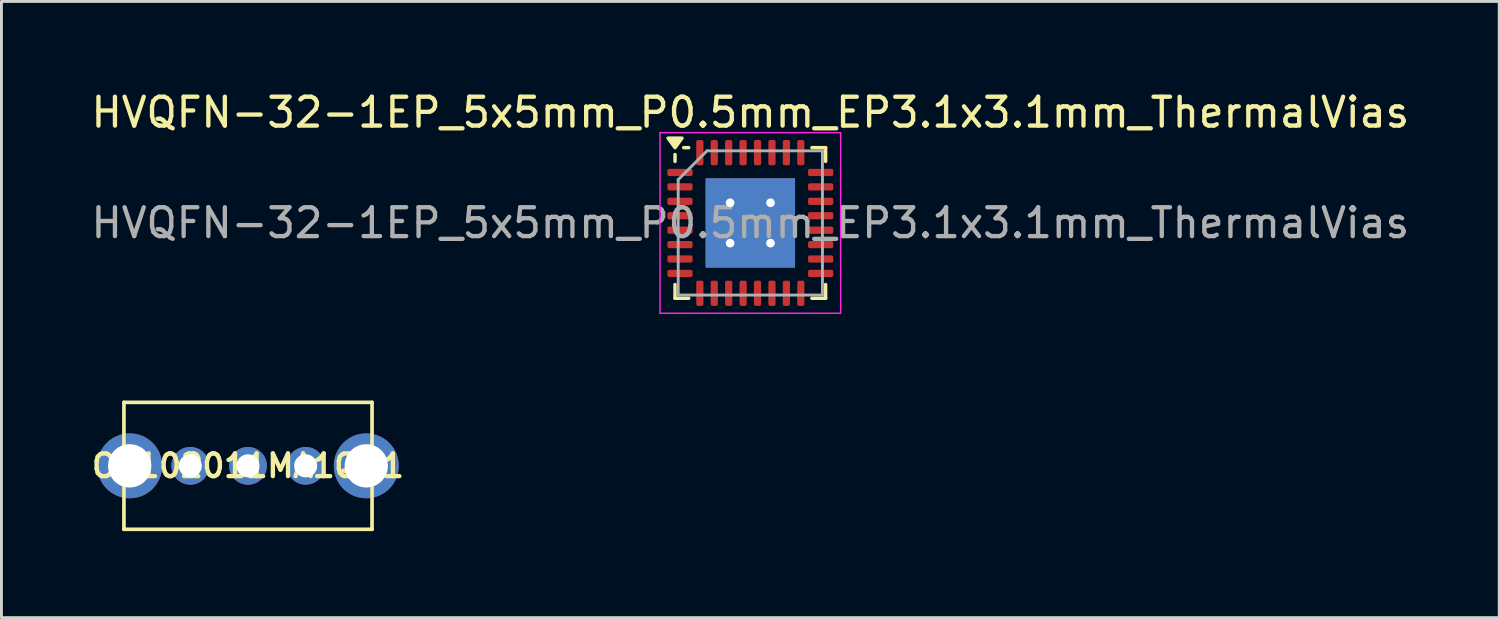
<source format=kicad_pcb>
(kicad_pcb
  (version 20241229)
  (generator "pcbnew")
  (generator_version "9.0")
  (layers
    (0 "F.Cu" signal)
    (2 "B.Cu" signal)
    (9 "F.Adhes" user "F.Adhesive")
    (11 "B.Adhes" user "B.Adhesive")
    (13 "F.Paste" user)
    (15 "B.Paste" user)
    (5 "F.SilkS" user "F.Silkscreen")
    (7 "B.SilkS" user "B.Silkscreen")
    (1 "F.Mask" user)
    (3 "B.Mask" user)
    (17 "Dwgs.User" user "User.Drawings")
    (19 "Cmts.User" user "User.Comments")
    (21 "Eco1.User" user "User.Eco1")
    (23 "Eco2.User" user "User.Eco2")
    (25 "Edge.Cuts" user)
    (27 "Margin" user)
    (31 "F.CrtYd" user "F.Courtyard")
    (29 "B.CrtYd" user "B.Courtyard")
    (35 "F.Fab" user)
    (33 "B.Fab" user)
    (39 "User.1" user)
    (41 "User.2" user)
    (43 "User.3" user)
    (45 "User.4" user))
  (footprint "OS102011MA1QN1"
    (layer "F.Cu")
    (at 5.546 13.097)
    (property "Reference" "OS102011MA1QN1" (at 0 0 0) (layer "F.SilkS") (effects (font (size 0.787 0.787) (thickness 0.15))))
    (attr through_hole)
    (fp_line (start -4.3 -2.2) (end -4.3 2.2) (stroke (width 0.127) (type solid)) (layer "F.SilkS"))
    (fp_line (start -4.3 -2.2) (end 4.3 -2.2) (stroke (width 0.127) (type solid)) (layer "F.SilkS"))
    (fp_line (start -4.3 2.2) (end 4.3 2.2) (stroke (width 0.127) (type solid)) (layer "F.SilkS"))
    (fp_line (start 4.3 2.2) (end 4.3 -2.2) (stroke (width 0.127) (type solid)) (layer "F.SilkS"))
    (pad "1" thru_hole circle (at -2 0) (size 1.308 1.308) (drill 0.8) (layers "*.Cu" "*.Mask"))
    (pad "2" thru_hole circle (at 0 0) (size 1.308 1.308) (drill 0.8) (layers "*.Cu" "*.Mask"))
    (pad "3" thru_hole circle (at 2 0) (size 1.308 1.308) (drill 0.8) (layers "*.Cu" "*.Mask"))
    (pad "G1" thru_hole circle (at -4.1 0) (size 2.25 2.25) (drill 1.5) (layers "*.Cu" "*.Mask"))
    (pad "G2" thru_hole circle (at 4.1 0) (size 2.25 2.25) (drill 1.5) (layers "*.Cu" "*.Mask")))
  (footprint "HVQFN-32-1EP_5x5mm_P0.5mm_EP3.1x3.1mm_ThermalVias"
    (layer "F.Cu")
    (at 22.958 4.678)
    (property "Reference" "HVQFN-32-1EP_5x5mm_P0.5mm_EP3.1x3.1mm_ThermalVias" (at 0 -3.83 0) (layer "F.SilkS") (effects (font (size 1 1) (thickness 0.15))))
    (attr smd)
    (fp_line (start -2.61 -2.135) (end -2.61 -2.37) (stroke (width 0.12) (type solid)) (layer "F.SilkS"))
    (fp_line (start -2.61 2.61) (end -2.61 2.135) (stroke (width 0.12) (type solid)) (layer "F.SilkS"))
    (fp_line (start -2.135 -2.61) (end -2.31 -2.61) (stroke (width 0.12) (type solid)) (layer "F.SilkS"))
    (fp_line (start -2.135 2.61) (end -2.61 2.61) (stroke (width 0.12) (type solid)) (layer "F.SilkS"))
    (fp_line (start 2.135 -2.61) (end 2.61 -2.61) (stroke (width 0.12) (type solid)) (layer "F.SilkS"))
    (fp_line (start 2.135 2.61) (end 2.61 2.61) (stroke (width 0.12) (type solid)) (layer "F.SilkS"))
    (fp_line (start 2.61 -2.61) (end 2.61 -2.135) (stroke (width 0.12) (type solid)) (layer "F.SilkS"))
    (fp_line (start 2.61 2.61) (end 2.61 2.135) (stroke (width 0.12) (type solid)) (layer "F.SilkS"))
    (fp_poly (pts (xy -2.61 -2.61) (xy -2.85 -2.94) (xy -2.37 -2.94) (xy -2.61 -2.61)) (stroke (width 0.12) (type solid)) (fill yes) (layer "F.SilkS"))
    (fp_line (start -3.13 -3.13) (end -3.13 3.13) (stroke (width 0.05) (type solid)) (layer "F.CrtYd"))
    (fp_line (start -3.13 3.13) (end 3.13 3.13) (stroke (width 0.05) (type solid)) (layer "F.CrtYd"))
    (fp_line (start 3.13 -3.13) (end -3.13 -3.13) (stroke (width 0.05) (type solid)) (layer "F.CrtYd"))
    (fp_line (start 3.13 3.13) (end 3.13 -3.13) (stroke (width 0.05) (type solid)) (layer "F.CrtYd"))
    (fp_line (start -2.5 -1.5) (end -1.5 -2.5) (stroke (width 0.1) (type solid)) (layer "F.Fab"))
    (fp_line (start -2.5 2.5) (end -2.5 -1.5) (stroke (width 0.1) (type solid)) (layer "F.Fab"))
    (fp_line (start -1.5 -2.5) (end 2.5 -2.5) (stroke (width 0.1) (type solid)) (layer "F.Fab"))
    (fp_line (start 2.5 -2.5) (end 2.5 2.5) (stroke (width 0.1) (type solid)) (layer "F.Fab"))
    (fp_line (start 2.5 2.5) (end -2.5 2.5) (stroke (width 0.1) (type solid)) (layer "F.Fab"))
    (fp_text user "${REFERENCE}" (at 0 0 0) (layer "F.Fab") (effects (font (size 1 1) (thickness 0.15))))
    (pad "" smd custom (at -0.867 -0.867) (size 0.637 0.637) (layers "F.Paste") (options (anchor circle)) (primitives (gr_poly (pts (xy -0.254 -0.147) (xy -0.147 -0.254) (xy 0.147 -0.254) (xy 0.254 -0.147) (xy 0.254 0.147) (xy 0.147 0.254) (xy -0.147 0.254) (xy -0.254 0.147)) (width 0.258) (fill yes))))
    (pad "" smd custom (at -0.867 0) (size 0.637 0.637) (layers "F.Paste") (options (anchor circle)) (primitives (gr_poly (pts (xy -0.254 -0.147) (xy -0.147 -0.254) (xy 0.147 -0.254) (xy 0.254 -0.147) (xy 0.254 0.147) (xy 0.147 0.254) (xy -0.147 0.254) (xy -0.254 0.147)) (width 0.258) (fill yes))))
    (pad "" smd custom (at -0.867 0.867) (size 0.637 0.637) (layers "F.Paste") (options (anchor circle)) (primitives (gr_poly (pts (xy -0.254 -0.147) (xy -0.147 -0.254) (xy 0.147 -0.254) (xy 0.254 -0.147) (xy 0.254 0.147) (xy 0.147 0.254) (xy -0.147 0.254) (xy -0.254 0.147)) (width 0.258) (fill yes))))
    (pad "" smd custom (at 0 -0.867) (size 0.637 0.637) (layers "F.Paste") (options (anchor circle)) (primitives (gr_poly (pts (xy -0.254 -0.147) (xy -0.147 -0.254) (xy 0.147 -0.254) (xy 0.254 -0.147) (xy 0.254 0.147) (xy 0.147 0.254) (xy -0.147 0.254) (xy -0.254 0.147)) (width 0.258) (fill yes))))
    (pad "" smd custom (at 0 0) (size 0.637 0.637) (layers "F.Paste") (options (anchor circle)) (primitives (gr_poly (pts (xy -0.254 -0.147) (xy -0.147 -0.254) (xy 0.147 -0.254) (xy 0.254 -0.147) (xy 0.254 0.147) (xy 0.147 0.254) (xy -0.147 0.254) (xy -0.254 0.147)) (width 0.258) (fill yes))))
    (pad "" smd custom (at 0 0.867) (size 0.637 0.637) (layers "F.Paste") (options (anchor circle)) (primitives (gr_poly (pts (xy -0.254 -0.147) (xy -0.147 -0.254) (xy 0.147 -0.254) (xy 0.254 -0.147) (xy 0.254 0.147) (xy 0.147 0.254) (xy -0.147 0.254) (xy -0.254 0.147)) (width 0.258) (fill yes))))
    (pad "" smd custom (at 0.867 -0.867) (size 0.637 0.637) (layers "F.Paste") (options (anchor circle)) (primitives (gr_poly (pts (xy -0.254 -0.147) (xy -0.147 -0.254) (xy 0.147 -0.254) (xy 0.254 -0.147) (xy 0.254 0.147) (xy 0.147 0.254) (xy -0.147 0.254) (xy -0.254 0.147)) (width 0.258) (fill yes))))
    (pad "" smd custom (at 0.867 0) (size 0.637 0.637) (layers "F.Paste") (options (anchor circle)) (primitives (gr_poly (pts (xy -0.254 -0.147) (xy -0.147 -0.254) (xy 0.147 -0.254) (xy 0.254 -0.147) (xy 0.254 0.147) (xy 0.147 0.254) (xy -0.147 0.254) (xy -0.254 0.147)) (width 0.258) (fill yes))))
    (pad "" smd custom (at 0.867 0.867) (size 0.637 0.637) (layers "F.Paste") (options (anchor circle)) (primitives (gr_poly (pts (xy -0.254 -0.147) (xy -0.147 -0.254) (xy 0.147 -0.254) (xy 0.254 -0.147) (xy 0.254 0.147) (xy 0.147 0.254) (xy -0.147 0.254) (xy -0.254 0.147)) (width 0.258) (fill yes))))
    (pad "1" smd roundrect (at -2.438 -1.75) (size 0.875 0.25) (layers "F.Cu" "F.Mask" "F.Paste") (roundrect_rratio 0.25))
    (pad "2" smd roundrect (at -2.438 -1.25) (size 0.875 0.25) (layers "F.Cu" "F.Mask" "F.Paste") (roundrect_rratio 0.25))
    (pad "3" smd roundrect (at -2.438 -0.75) (size 0.875 0.25) (layers "F.Cu" "F.Mask" "F.Paste") (roundrect_rratio 0.25))
    (pad "4" smd roundrect (at -2.438 -0.25) (size 0.875 0.25) (layers "F.Cu" "F.Mask" "F.Paste") (roundrect_rratio 0.25))
    (pad "5" smd roundrect (at -2.438 0.25) (size 0.875 0.25) (layers "F.Cu" "F.Mask" "F.Paste") (roundrect_rratio 0.25))
    (pad "6" smd roundrect (at -2.438 0.75) (size 0.875 0.25) (layers "F.Cu" "F.Mask" "F.Paste") (roundrect_rratio 0.25))
    (pad "7" smd roundrect (at -2.438 1.25) (size 0.875 0.25) (layers "F.Cu" "F.Mask" "F.Paste") (roundrect_rratio 0.25))
    (pad "8" smd roundrect (at -2.438 1.75) (size 0.875 0.25) (layers "F.Cu" "F.Mask" "F.Paste") (roundrect_rratio 0.25))
    (pad "9" smd roundrect (at -1.75 2.438) (size 0.25 0.875) (layers "F.Cu" "F.Mask" "F.Paste") (roundrect_rratio 0.25))
    (pad "10" smd roundrect (at -1.25 2.438) (size 0.25 0.875) (layers "F.Cu" "F.Mask" "F.Paste") (roundrect_rratio 0.25))
    (pad "11" smd roundrect (at -0.75 2.438) (size 0.25 0.875) (layers "F.Cu" "F.Mask" "F.Paste") (roundrect_rratio 0.25))
    (pad "12" smd roundrect (at -0.25 2.438) (size 0.25 0.875) (layers "F.Cu" "F.Mask" "F.Paste") (roundrect_rratio 0.25))
    (pad "13" smd roundrect (at 0.25 2.438) (size 0.25 0.875) (layers "F.Cu" "F.Mask" "F.Paste") (roundrect_rratio 0.25))
    (pad "14" smd roundrect (at 0.75 2.438) (size 0.25 0.875) (layers "F.Cu" "F.Mask" "F.Paste") (roundrect_rratio 0.25))
    (pad "15" smd roundrect (at 1.25 2.438) (size 0.25 0.875) (layers "F.Cu" "F.Mask" "F.Paste") (roundrect_rratio 0.25))
    (pad "16" smd roundrect (at 1.75 2.438) (size 0.25 0.875) (layers "F.Cu" "F.Mask" "F.Paste") (roundrect_rratio 0.25))
    (pad "17" smd roundrect (at 2.438 1.75) (size 0.875 0.25) (layers "F.Cu" "F.Mask" "F.Paste") (roundrect_rratio 0.25))
    (pad "18" smd roundrect (at 2.438 1.25) (size 0.875 0.25) (layers "F.Cu" "F.Mask" "F.Paste") (roundrect_rratio 0.25))
    (pad "19" smd roundrect (at 2.438 0.75) (size 0.875 0.25) (layers "F.Cu" "F.Mask" "F.Paste") (roundrect_rratio 0.25))
    (pad "20" smd roundrect (at 2.438 0.25) (size 0.875 0.25) (layers "F.Cu" "F.Mask" "F.Paste") (roundrect_rratio 0.25))
    (pad "21" smd roundrect (at 2.438 -0.25) (size 0.875 0.25) (layers "F.Cu" "F.Mask" "F.Paste") (roundrect_rratio 0.25))
    (pad "22" smd roundrect (at 2.438 -0.75) (size 0.875 0.25) (layers "F.Cu" "F.Mask" "F.Paste") (roundrect_rratio 0.25))
    (pad "23" smd roundrect (at 2.438 -1.25) (size 0.875 0.25) (layers "F.Cu" "F.Mask" "F.Paste") (roundrect_rratio 0.25))
    (pad "24" smd roundrect (at 2.438 -1.75) (size 0.875 0.25) (layers "F.Cu" "F.Mask" "F.Paste") (roundrect_rratio 0.25))
    (pad "25" smd roundrect (at 1.75 -2.438) (size 0.25 0.875) (layers "F.Cu" "F.Mask" "F.Paste") (roundrect_rratio 0.25))
    (pad "26" smd roundrect (at 1.25 -2.438) (size 0.25 0.875) (layers "F.Cu" "F.Mask" "F.Paste") (roundrect_rratio 0.25))
    (pad "27" smd roundrect (at 0.75 -2.438) (size 0.25 0.875) (layers "F.Cu" "F.Mask" "F.Paste") (roundrect_rratio 0.25))
    (pad "28" smd roundrect (at 0.25 -2.438) (size 0.25 0.875) (layers "F.Cu" "F.Mask" "F.Paste") (roundrect_rratio 0.25))
    (pad "29" smd roundrect (at -0.25 -2.438) (size 0.25 0.875) (layers "F.Cu" "F.Mask" "F.Paste") (roundrect_rratio 0.25))
    (pad "30" smd roundrect (at -0.75 -2.438) (size 0.25 0.875) (layers "F.Cu" "F.Mask" "F.Paste") (roundrect_rratio 0.25))
    (pad "31" smd roundrect (at -1.25 -2.438) (size 0.25 0.875) (layers "F.Cu" "F.Mask" "F.Paste") (roundrect_rratio 0.25))
    (pad "32" smd roundrect (at -1.75 -2.438) (size 0.25 0.875) (layers "F.Cu" "F.Mask" "F.Paste") (roundrect_rratio 0.25))
    (pad "33" thru_hole circle (at -0.7 -0.7) (size 0.5 0.5) (drill 0.3) (property pad_prop_heatsink) (layers "*.Cu"))
    (pad "33" thru_hole circle (at -0.7 0.7) (size 0.5 0.5) (drill 0.3) (property pad_prop_heatsink) (layers "*.Cu"))
    (pad "33" smd rect (at 0 0) (size 3.1 3.1) (property pad_prop_heatsink) (layers "F.Cu" "F.Mask"))
    (pad "33" smd rect (at 0 0) (size 3.1 3.1) (property pad_prop_heatsink) (layers "B.Cu"))
    (pad "33" thru_hole circle (at 0.7 -0.7) (size 0.5 0.5) (drill 0.3) (property pad_prop_heatsink) (layers "*.Cu"))
    (pad "33" thru_hole circle (at 0.7 0.7) (size 0.5 0.5) (drill 0.3) (property pad_prop_heatsink) (layers "*.Cu")))
  (gr_rect
    (start -3 -3)
    (end 48.917 18.36)
    (stroke (width 0.1) (type default))
    (fill no)
    (layer "Edge.Cuts")))
</source>
